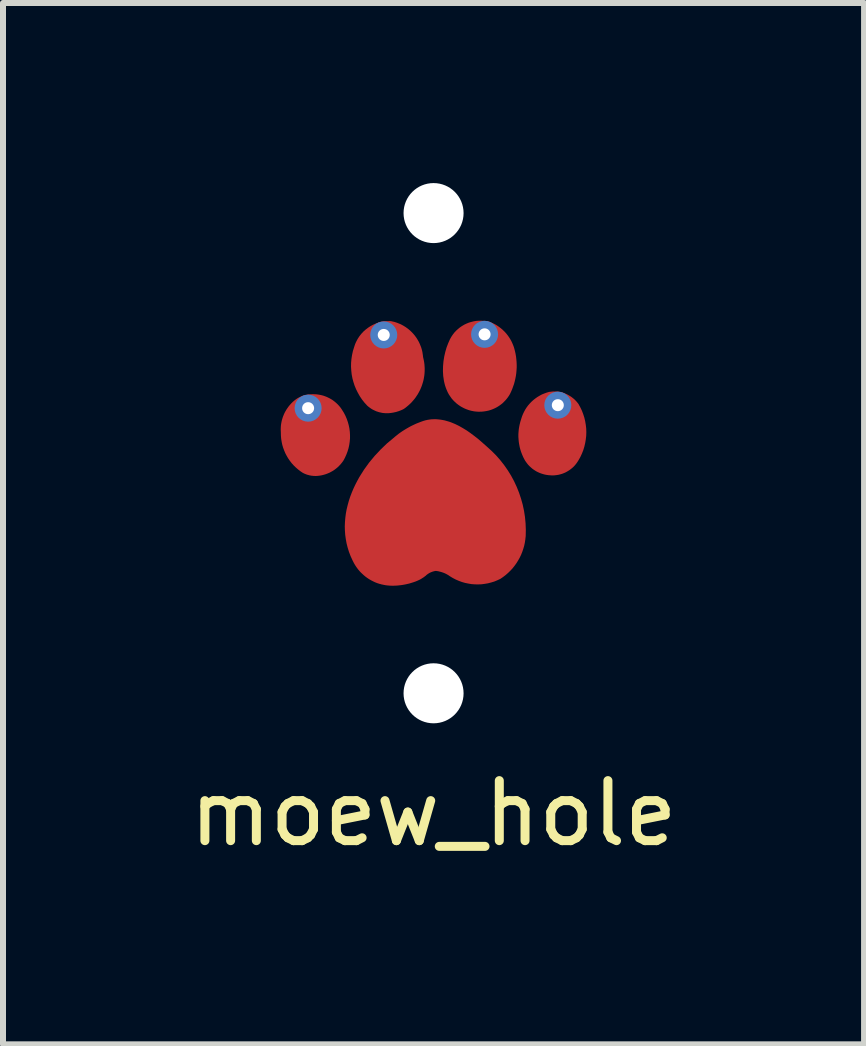
<source format=kicad_pcb>
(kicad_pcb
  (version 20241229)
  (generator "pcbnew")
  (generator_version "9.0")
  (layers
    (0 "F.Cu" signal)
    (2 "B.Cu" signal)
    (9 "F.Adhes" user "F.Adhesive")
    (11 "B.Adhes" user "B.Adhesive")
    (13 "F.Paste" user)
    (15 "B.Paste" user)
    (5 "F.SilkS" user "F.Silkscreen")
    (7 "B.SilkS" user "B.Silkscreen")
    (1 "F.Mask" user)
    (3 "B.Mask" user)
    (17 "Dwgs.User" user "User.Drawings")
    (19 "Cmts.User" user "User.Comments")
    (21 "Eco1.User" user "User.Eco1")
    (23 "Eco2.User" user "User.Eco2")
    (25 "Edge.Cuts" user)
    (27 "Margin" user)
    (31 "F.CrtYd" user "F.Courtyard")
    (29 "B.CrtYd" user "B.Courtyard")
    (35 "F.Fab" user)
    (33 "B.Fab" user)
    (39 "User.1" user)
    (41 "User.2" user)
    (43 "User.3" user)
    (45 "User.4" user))
  (footprint "moew_hole"
    (layer "F.Cu")
    (at 4.173 4.5)
    (property "Reference" "moew_hole" (at 0 6 0) (unlocked yes) (layer "F.SilkS") (effects (font (size 1 1) (thickness 0.15))))
    (attr smd)
    (fp_poly (pts (xy -1.283 -1.75) (xy -1.275 -1.774) (xy -1.267 -1.796) (xy -1.258 -1.818) (xy -1.248 -1.84) (xy -1.237 -1.861) (xy -1.225 -1.881) (xy -1.213 -1.901) (xy -1.2 -1.921) (xy -1.186 -1.939) (xy -1.171 -1.957) (xy -1.156 -1.975) (xy -1.139 -1.991) (xy -1.123 -2.007) (xy -1.105 -2.023) (xy -1.088 -2.037) (xy -1.069 -2.051) (xy -1.05 -2.064) (xy -1.03 -2.076) (xy -1.01 -2.088) (xy -0.99 -2.098) (xy -0.969 -2.108) (xy -0.947 -2.117) (xy -0.926 -2.125) (xy -0.904 -2.133) (xy -0.881 -2.139) (xy -0.858 -2.144) (xy -0.835 -2.149) (xy -0.812 -2.152) (xy -0.788 -2.155) (xy -0.764 -2.156) (xy -0.74 -2.157) (xy -0.716 -2.156) (xy -0.662 -2.148) (xy -0.611 -2.134) (xy -0.563 -2.115) (xy -0.518 -2.09) (xy -0.476 -2.062) (xy -0.436 -2.028) (xy -0.4 -1.991) (xy -0.367 -1.951) (xy -0.336 -1.907) (xy -0.309 -1.86) (xy -0.285 -1.81) (xy -0.264 -1.759) (xy -0.245 -1.705) (xy -0.23 -1.65) (xy -0.218 -1.594) (xy -0.21 -1.536) (xy -0.204 -1.479) (xy -0.202 -1.421) (xy -0.203 -1.363) (xy -0.207 -1.305) (xy -0.214 -1.249) (xy -0.225 -1.193) (xy -0.239 -1.139) (xy -0.256 -1.087) (xy -0.277 -1.037) (xy -0.301 -0.989) (xy -0.328 -0.945) (xy -0.359 -0.903) (xy -0.393 -0.865) (xy -0.431 -0.831) (xy -0.473 -0.801) (xy -0.517 -0.776) (xy -0.573 -0.751) (xy -0.627 -0.732) (xy -0.679 -0.719) (xy -0.73 -0.712) (xy -0.779 -0.709) (xy -0.826 -0.712) (xy -0.871 -0.719) (xy -0.915 -0.731) (xy -0.956 -0.748) (xy -0.996 -0.768) (xy -1.034 -0.792) (xy -1.069 -0.819) (xy -1.103 -0.85) (xy -1.134 -0.884) (xy -1.164 -0.921) (xy -1.191 -0.961) (xy -1.215 -1.002) (xy -1.238 -1.046) (xy -1.258 -1.092) (xy -1.276 -1.14) (xy -1.291 -1.189) (xy -1.304 -1.239) (xy -1.314 -1.29) (xy -1.321 -1.341) (xy -1.326 -1.393) (xy -1.328 -1.446) (xy -1.328 -1.498) (xy -1.325 -1.55) (xy -1.318 -1.601) (xy -1.309 -1.652) (xy -1.297 -1.702) (xy -1.283 -1.75)) (stroke (width 0) (type solid)) (fill yes) (layer "F.Mask"))
    (fp_poly (pts (xy 1.502 -0.555) (xy 1.514 -0.593) (xy 1.528 -0.631) (xy 1.545 -0.667) (xy 1.564 -0.701) (xy 1.585 -0.734) (xy 1.609 -0.766) (xy 1.634 -0.796) (xy 1.661 -0.824) (xy 1.69 -0.85) (xy 1.72 -0.875) (xy 1.752 -0.897) (xy 1.786 -0.918) (xy 1.821 -0.936) (xy 1.857 -0.952) (xy 1.895 -0.966) (xy 1.933 -0.977) (xy 1.965 -0.982) (xy 1.997 -0.984) (xy 2.029 -0.984) (xy 2.061 -0.981) (xy 2.092 -0.977) (xy 2.123 -0.97) (xy 2.153 -0.961) (xy 2.182 -0.95) (xy 2.211 -0.937) (xy 2.238 -0.922) (xy 2.265 -0.906) (xy 2.29 -0.887) (xy 2.314 -0.866) (xy 2.337 -0.844) (xy 2.358 -0.82) (xy 2.378 -0.794) (xy 2.402 -0.758) (xy 2.423 -0.718) (xy 2.442 -0.677) (xy 2.458 -0.634) (xy 2.471 -0.589) (xy 2.482 -0.542) (xy 2.491 -0.495) (xy 2.496 -0.446) (xy 2.499 -0.397) (xy 2.5 -0.348) (xy 2.498 -0.298) (xy 2.493 -0.249) (xy 2.486 -0.199) (xy 2.476 -0.151) (xy 2.464 -0.103) (xy 2.45 -0.057) (xy 2.432 -0.012) (xy 2.413 0.031) (xy 2.391 0.073) (xy 2.366 0.112) (xy 2.339 0.149) (xy 2.309 0.183) (xy 2.277 0.214) (xy 2.243 0.241) (xy 2.206 0.266) (xy 2.167 0.286) (xy 2.125 0.303) (xy 2.081 0.315) (xy 2.035 0.323) (xy 1.986 0.326) (xy 1.935 0.324) (xy 1.881 0.316) (xy 1.845 0.308) (xy 1.811 0.298) (xy 1.779 0.286) (xy 1.748 0.271) (xy 1.719 0.255) (xy 1.691 0.237) (xy 1.665 0.217) (xy 1.641 0.195) (xy 1.618 0.172) (xy 1.597 0.147) (xy 1.577 0.122) (xy 1.559 0.094) (xy 1.543 0.066) (xy 1.528 0.037) (xy 1.514 0.006) (xy 1.502 -0.025) (xy 1.492 -0.057) (xy 1.482 -0.089) (xy 1.475 -0.122) (xy 1.469 -0.156) (xy 1.464 -0.19) (xy 1.461 -0.224) (xy 1.459 -0.258) (xy 1.458 -0.292) (xy 1.459 -0.326) (xy 1.461 -0.36) (xy 1.464 -0.394) (xy 1.469 -0.427) (xy 1.475 -0.46) (xy 1.483 -0.492) (xy 1.492 -0.524) (xy 1.502 -0.555)) (stroke (width 0) (type solid)) (fill yes) (layer "F.Mask"))
    (fp_poly (pts (xy -2.156 0.29) (xy -2.191 0.27) (xy -2.225 0.246) (xy -2.257 0.22) (xy -2.288 0.192) (xy -2.316 0.161) (xy -2.343 0.128) (xy -2.368 0.093) (xy -2.39 0.056) (xy -2.411 0.017) (xy -2.43 -0.023) (xy -2.446 -0.064) (xy -2.461 -0.107) (xy -2.473 -0.15) (xy -2.483 -0.194) (xy -2.491 -0.238) (xy -2.496 -0.283) (xy -2.499 -0.328) (xy -2.5 -0.372) (xy -2.498 -0.417) (xy -2.494 -0.461) (xy -2.487 -0.504) (xy -2.478 -0.547) (xy -2.467 -0.588) (xy -2.452 -0.628) (xy -2.435 -0.667) (xy -2.415 -0.704) (xy -2.393 -0.739) (xy -2.368 -0.773) (xy -2.339 -0.804) (xy -2.309 -0.833) (xy -2.275 -0.859) (xy -2.238 -0.882) (xy -2.215 -0.893) (xy -2.192 -0.902) (xy -2.169 -0.911) (xy -2.146 -0.918) (xy -2.122 -0.924) (xy -2.099 -0.929) (xy -2.075 -0.933) (xy -2.051 -0.936) (xy -2.027 -0.938) (xy -2.004 -0.938) (xy -1.98 -0.938) (xy -1.956 -0.936) (xy -1.91 -0.93) (xy -1.864 -0.92) (xy -1.819 -0.905) (xy -1.775 -0.887) (xy -1.754 -0.876) (xy -1.734 -0.864) (xy -1.713 -0.852) (xy -1.694 -0.838) (xy -1.675 -0.824) (xy -1.656 -0.808) (xy -1.639 -0.792) (xy -1.621 -0.775) (xy -1.605 -0.757) (xy -1.589 -0.738) (xy -1.575 -0.718) (xy -1.56 -0.697) (xy -1.532 -0.651) (xy -1.508 -0.604) (xy -1.487 -0.555) (xy -1.47 -0.506) (xy -1.456 -0.455) (xy -1.446 -0.404) (xy -1.439 -0.353) (xy -1.436 -0.301) (xy -1.436 -0.249) (xy -1.44 -0.197) (xy -1.448 -0.146) (xy -1.459 -0.095) (xy -1.474 -0.044) (xy -1.493 0.005) (xy -1.515 0.054) (xy -1.54 0.101) (xy -1.55 0.115) (xy -1.56 0.129) (xy -1.571 0.143) (xy -1.582 0.156) (xy -1.593 0.169) (xy -1.605 0.181) (xy -1.617 0.193) (xy -1.63 0.205) (xy -1.643 0.216) (xy -1.657 0.226) (xy -1.67 0.237) (xy -1.684 0.246) (xy -1.699 0.256) (xy -1.714 0.264) (xy -1.729 0.273) (xy -1.744 0.281) (xy -1.768 0.293) (xy -1.793 0.304) (xy -1.818 0.313) (xy -1.844 0.321) (xy -1.87 0.327) (xy -1.896 0.331) (xy -1.922 0.334) (xy -1.949 0.336) (xy -1.975 0.335) (xy -2.002 0.334) (xy -2.028 0.33) (xy -2.054 0.325) (xy -2.08 0.319) (xy -2.106 0.311) (xy -2.131 0.301) (xy -2.156 0.29)) (stroke (width 0) (type solid)) (fill yes) (layer "F.Mask"))
    (fp_poly (pts (xy 1.006 -2.107) (xy 1.035 -2.089) (xy 1.063 -2.07) (xy 1.089 -2.05) (xy 1.115 -2.029) (xy 1.139 -2.006) (xy 1.162 -1.982) (xy 1.184 -1.957) (xy 1.204 -1.931) (xy 1.223 -1.904) (xy 1.24 -1.876) (xy 1.256 -1.847) (xy 1.271 -1.818) (xy 1.284 -1.787) (xy 1.295 -1.756) (xy 1.305 -1.724) (xy 1.313 -1.691) (xy 1.323 -1.648) (xy 1.33 -1.604) (xy 1.336 -1.56) (xy 1.34 -1.516) (xy 1.341 -1.472) (xy 1.341 -1.428) (xy 1.339 -1.385) (xy 1.335 -1.341) (xy 1.329 -1.297) (xy 1.321 -1.254) (xy 1.311 -1.211) (xy 1.299 -1.169) (xy 1.286 -1.127) (xy 1.27 -1.086) (xy 1.253 -1.045) (xy 1.233 -1.005) (xy 1.219 -0.982) (xy 1.204 -0.96) (xy 1.188 -0.939) (xy 1.171 -0.919) (xy 1.153 -0.9) (xy 1.135 -0.882) (xy 1.116 -0.865) (xy 1.096 -0.849) (xy 1.075 -0.833) (xy 1.054 -0.819) (xy 1.032 -0.806) (xy 1.01 -0.794) (xy 0.987 -0.783) (xy 0.963 -0.774) (xy 0.94 -0.765) (xy 0.916 -0.757) (xy 0.891 -0.751) (xy 0.867 -0.745) (xy 0.842 -0.741) (xy 0.817 -0.738) (xy 0.791 -0.736) (xy 0.766 -0.735) (xy 0.74 -0.736) (xy 0.715 -0.737) (xy 0.689 -0.74) (xy 0.664 -0.744) (xy 0.639 -0.749) (xy 0.613 -0.756) (xy 0.588 -0.764) (xy 0.563 -0.773) (xy 0.539 -0.783) (xy 0.515 -0.795) (xy 0.48 -0.814) (xy 0.447 -0.836) (xy 0.417 -0.859) (xy 0.388 -0.884) (xy 0.362 -0.911) (xy 0.339 -0.939) (xy 0.317 -0.969) (xy 0.297 -1) (xy 0.279 -1.032) (xy 0.264 -1.066) (xy 0.25 -1.1) (xy 0.238 -1.136) (xy 0.228 -1.172) (xy 0.219 -1.209) (xy 0.212 -1.247) (xy 0.207 -1.285) (xy 0.204 -1.324) (xy 0.202 -1.363) (xy 0.202 -1.441) (xy 0.209 -1.52) (xy 0.221 -1.597) (xy 0.237 -1.673) (xy 0.259 -1.746) (xy 0.284 -1.815) (xy 0.314 -1.881) (xy 0.323 -1.899) (xy 0.334 -1.916) (xy 0.344 -1.933) (xy 0.356 -1.949) (xy 0.368 -1.965) (xy 0.38 -1.98) (xy 0.393 -1.995) (xy 0.407 -2.009) (xy 0.421 -2.023) (xy 0.436 -2.036) (xy 0.451 -2.048) (xy 0.466 -2.06) (xy 0.482 -2.072) (xy 0.498 -2.082) (xy 0.515 -2.092) (xy 0.532 -2.102) (xy 0.549 -2.111) (xy 0.567 -2.119) (xy 0.585 -2.126) (xy 0.603 -2.133) (xy 0.621 -2.139) (xy 0.64 -2.145) (xy 0.659 -2.15) (xy 0.678 -2.154) (xy 0.698 -2.157) (xy 0.717 -2.16) (xy 0.737 -2.162) (xy 0.757 -2.163) (xy 0.776 -2.163) (xy 0.797 -2.163) (xy 0.817 -2.162) (xy 0.837 -2.16) (xy 0.848 -2.158) (xy 0.859 -2.157) (xy 0.87 -2.155) (xy 0.881 -2.153) (xy 0.892 -2.15) (xy 0.903 -2.147) (xy 0.913 -2.144) (xy 0.924 -2.141) (xy 0.935 -2.138) (xy 0.945 -2.134) (xy 0.956 -2.13) (xy 0.966 -2.126) (xy 0.976 -2.121) (xy 0.986 -2.117) (xy 0.996 -2.112) (xy 1.006 -2.107)) (stroke (width 0) (type solid)) (fill yes) (layer "F.Mask"))
    (fp_poly (pts (xy 0.036 1.917) (xy 0.03 1.917) (xy 0.019 1.918) (xy 0.008 1.92) (xy -0.003 1.921) (xy -0.013 1.924) (xy -0.023 1.927) (xy -0.033 1.93) (xy -0.043 1.934) (xy -0.053 1.938) (xy -0.072 1.948) (xy -0.09 1.958) (xy -0.108 1.97) (xy -0.126 1.983) (xy -0.196 2.034) (xy -0.214 2.046) (xy -0.233 2.058) (xy -0.252 2.068) (xy -0.261 2.073) (xy -0.271 2.077) (xy -0.31 2.094) (xy -0.35 2.109) (xy -0.39 2.122) (xy -0.431 2.134) (xy -0.472 2.143) (xy -0.513 2.151) (xy -0.554 2.156) (xy -0.596 2.16) (xy -0.638 2.162) (xy -0.68 2.162) (xy -0.722 2.16) (xy -0.764 2.156) (xy -0.806 2.15) (xy -0.847 2.142) (xy -0.888 2.132) (xy -0.929 2.121) (xy -0.961 2.108) (xy -0.991 2.094) (xy -1.021 2.078) (xy -1.049 2.061) (xy -1.077 2.043) (xy -1.104 2.023) (xy -1.13 2.003) (xy -1.155 1.981) (xy -1.178 1.957) (xy -1.201 1.933) (xy -1.222 1.908) (xy -1.243 1.881) (xy -1.261 1.854) (xy -1.279 1.825) (xy -1.295 1.796) (xy -1.31 1.766) (xy -1.341 1.698) (xy -1.367 1.63) (xy -1.389 1.561) (xy -1.406 1.492) (xy -1.42 1.423) (xy -1.429 1.354) (xy -1.434 1.284) (xy -1.435 1.215) (xy -1.433 1.146) (xy -1.427 1.078) (xy -1.418 1.009) (xy -1.406 0.941) (xy -1.39 0.873) (xy -1.371 0.806) (xy -1.324 0.674) (xy -1.267 0.545) (xy -1.2 0.42) (xy -1.124 0.299) (xy -1.04 0.183) (xy -0.948 0.073) (xy -0.851 -0.03) (xy -0.749 -0.127) (xy -0.643 -0.217) (xy -0.615 -0.241) (xy -0.586 -0.264) (xy -0.556 -0.287) (xy -0.526 -0.309) (xy -0.495 -0.33) (xy -0.464 -0.35) (xy -0.433 -0.369) (xy -0.4 -0.388) (xy -0.368 -0.406) (xy -0.335 -0.422) (xy -0.301 -0.438) (xy -0.267 -0.453) (xy -0.233 -0.468) (xy -0.198 -0.481) (xy -0.163 -0.493) (xy -0.128 -0.505) (xy -0.094 -0.512) (xy -0.059 -0.518) (xy -0.025 -0.521) (xy 0.009 -0.522) (xy 0.043 -0.521) (xy 0.077 -0.519) (xy 0.111 -0.515) (xy 0.145 -0.509) (xy 0.178 -0.501) (xy 0.212 -0.492) (xy 0.278 -0.47) (xy 0.344 -0.443) (xy 0.408 -0.411) (xy 0.471 -0.376) (xy 0.532 -0.337) (xy 0.592 -0.296) (xy 0.65 -0.253) (xy 0.706 -0.209) (xy 0.759 -0.165) (xy 0.859 -0.076) (xy 0.936 -0.006) (xy 1.008 0.067) (xy 1.076 0.145) (xy 1.139 0.225) (xy 1.197 0.309) (xy 1.25 0.396) (xy 1.299 0.485) (xy 1.342 0.578) (xy 1.38 0.672) (xy 1.412 0.768) (xy 1.44 0.866) (xy 1.461 0.966) (xy 1.477 1.067) (xy 1.488 1.17) (xy 1.492 1.273) (xy 1.491 1.377) (xy 1.486 1.428) (xy 1.478 1.479) (xy 1.467 1.529) (xy 1.454 1.578) (xy 1.438 1.626) (xy 1.419 1.673) (xy 1.397 1.719) (xy 1.373 1.763) (xy 1.346 1.806) (xy 1.317 1.847) (xy 1.285 1.886) (xy 1.251 1.924) (xy 1.215 1.96) (xy 1.176 1.994) (xy 1.136 2.025) (xy 1.093 2.054) (xy 1.045 2.077) (xy 0.996 2.096) (xy 0.946 2.112) (xy 0.895 2.125) (xy 0.843 2.134) (xy 0.792 2.14) (xy 0.74 2.142) (xy 0.688 2.141) (xy 0.636 2.136) (xy 0.585 2.129) (xy 0.534 2.117) (xy 0.484 2.103) (xy 0.435 2.085) (xy 0.387 2.064) (xy 0.34 2.04) (xy 0.294 2.012) (xy 0.28 2.002) (xy 0.265 1.993) (xy 0.25 1.984) (xy 0.235 1.976) (xy 0.219 1.968) (xy 0.204 1.96) (xy 0.188 1.954) (xy 0.171 1.947) (xy 0.155 1.942) (xy 0.138 1.937) (xy 0.122 1.932) (xy 0.105 1.928) (xy 0.088 1.924) (xy 0.071 1.922) (xy 0.053 1.919) (xy 0.036 1.917)) (stroke (width 0) (type solid)) (fill yes) (layer "F.Mask"))
    (pad "" np_thru_hole circle (at 0 -4) (size 1 1) (drill 1) (layers "*.Cu"))
    (pad "" np_thru_hole circle (at 0 4) (size 1 1) (drill 1) (layers "*.Cu"))
    (pad "1" smd custom (at 0 1) (size 1 1) (layers "F.Cu") (options (anchor circle)) (primitives (gr_poly (pts (xy -0.138 -1.547) (xy -0.175 -1.536) (xy -0.211 -1.523) (xy -0.247 -1.509) (xy -0.283 -1.495) (xy -0.318 -1.479) (xy -0.352 -1.463) (xy -0.386 -1.446) (xy -0.42 -1.427) (xy -0.453 -1.408) (xy -0.486 -1.388) (xy -0.518 -1.368) (xy -0.55 -1.346) (xy -0.581 -1.324) (xy -0.611 -1.3) (xy -0.641 -1.276) (xy -0.67 -1.251) (xy -0.778 -1.161) (xy -0.881 -1.062) (xy -0.98 -0.956) (xy -1.073 -0.844) (xy -1.159 -0.725) (xy -1.237 -0.601) (xy -1.272 -0.537) (xy -1.305 -0.473) (xy -1.336 -0.407) (xy -1.364 -0.34) (xy -1.39 -0.272) (xy -1.412 -0.204) (xy -1.431 -0.135) (xy -1.448 -0.065) (xy -1.461 0.005) (xy -1.47 0.076) (xy -1.476 0.147) (xy -1.479 0.218) (xy -1.477 0.289) (xy -1.472 0.36) (xy -1.462 0.432) (xy -1.449 0.503) (xy -1.431 0.574) (xy -1.409 0.645) (xy -1.382 0.715) (xy -1.35 0.785) (xy -1.334 0.817) (xy -1.317 0.848) (xy -1.298 0.879) (xy -1.278 0.908) (xy -1.257 0.936) (xy -1.234 0.963) (xy -1.21 0.989) (xy -1.184 1.013) (xy -1.158 1.037) (xy -1.131 1.059) (xy -1.102 1.08) (xy -1.073 1.099) (xy -1.042 1.117) (xy -1.011 1.133) (xy -0.978 1.149) (xy -0.945 1.162) (xy -0.929 1.168) (xy -0.912 1.173) (xy -0.896 1.178) (xy -0.879 1.182) (xy -0.863 1.187) (xy -0.846 1.19) (xy -0.829 1.194) (xy -0.812 1.197) (xy -0.795 1.2) (xy -0.778 1.202) (xy -0.761 1.204) (xy -0.744 1.205) (xy -0.727 1.207) (xy -0.709 1.207) (xy -0.692 1.208) (xy -0.675 1.208) (xy -0.648 1.207) (xy -0.621 1.206) (xy -0.594 1.204) (xy -0.567 1.201) (xy -0.54 1.198) (xy -0.513 1.194) (xy -0.486 1.189) (xy -0.46 1.184) (xy -0.434 1.178) (xy -0.407 1.172) (xy -0.381 1.164) (xy -0.355 1.156) (xy -0.33 1.148) (xy -0.304 1.139) (xy -0.279 1.129) (xy -0.254 1.118) (xy -0.237 1.11) (xy -0.221 1.102) (xy -0.205 1.093) (xy -0.19 1.083) (xy -0.174 1.073) (xy -0.159 1.063) (xy -0.145 1.052) (xy -0.13 1.041) (xy -0.122 1.033) (xy -0.113 1.025) (xy -0.103 1.018) (xy -0.094 1.011) (xy -0.084 1.005) (xy -0.074 0.999) (xy -0.064 0.993) (xy -0.053 0.988) (xy -0.042 0.983) (xy -0.032 0.979) (xy -0.021 0.975) (xy -0.009 0.971) (xy 0.002 0.968) (xy 0.013 0.965) (xy 0.025 0.963) (xy 0.037 0.961) (xy 0.053 0.963) (xy 0.068 0.965) (xy 0.084 0.968) (xy 0.099 0.972) (xy 0.115 0.976) (xy 0.13 0.98) (xy 0.145 0.985) (xy 0.16 0.99) (xy 0.175 0.996) (xy 0.19 1.002) (xy 0.204 1.009) (xy 0.218 1.016) (xy 0.232 1.024) (xy 0.246 1.032) (xy 0.259 1.041) (xy 0.272 1.05) (xy 0.32 1.079) (xy 0.37 1.105) (xy 0.421 1.127) (xy 0.473 1.146) (xy 0.525 1.161) (xy 0.579 1.172) (xy 0.633 1.181) (xy 0.687 1.185) (xy 0.742 1.186) (xy 0.797 1.184) (xy 0.851 1.177) (xy 0.905 1.168) (xy 0.959 1.154) (xy 1.012 1.138) (xy 1.063 1.117) (xy 1.114 1.093) (xy 1.159 1.062) (xy 1.202 1.029) (xy 1.242 0.994) (xy 1.281 0.956) (xy 1.317 0.917) (xy 1.35 0.875) (xy 1.381 0.832) (xy 1.409 0.787) (xy 1.435 0.741) (xy 1.458 0.693) (xy 1.478 0.643) (xy 1.495 0.593) (xy 1.51 0.541) (xy 1.521 0.489) (xy 1.529 0.435) (xy 1.535 0.381) (xy 1.537 0.275) (xy 1.533 0.169) (xy 1.523 0.064) (xy 1.507 -0.04) (xy 1.485 -0.143) (xy 1.457 -0.243) (xy 1.424 -0.342) (xy 1.385 -0.439) (xy 1.341 -0.534) (xy 1.292 -0.625) (xy 1.237 -0.714) (xy 1.177 -0.8) (xy 1.112 -0.883) (xy 1.043 -0.962) (xy 0.968 -1.037) (xy 0.889 -1.109) (xy 0.787 -1.199) (xy 0.733 -1.245) (xy 0.675 -1.29) (xy 0.616 -1.334) (xy 0.555 -1.377) (xy 0.491 -1.416) (xy 0.426 -1.453) (xy 0.359 -1.486) (xy 0.291 -1.514) (xy 0.256 -1.526) (xy 0.221 -1.536) (xy 0.186 -1.546) (xy 0.151 -1.553) (xy 0.115 -1.559) (xy 0.079 -1.563) (xy 0.043 -1.566) (xy 0.007 -1.566) (xy -0.029 -1.565) (xy -0.065 -1.561) (xy -0.102 -1.555) (xy -0.138 -1.547)) (width 0) (fill yes))))
    (pad "2" thru_hole circle (at -2.09 -0.75) (size 0.45 0.45) (drill 0.2) (layers "*.Cu"))
    (pad "2" smd custom (at -1.97 -0.3) (size 1 1) (layers "F.Cu") (options (anchor circle)) (primitives (gr_poly (pts (xy 0.446 -0.421) (xy 0.431 -0.444) (xy 0.415 -0.466) (xy 0.398 -0.486) (xy 0.38 -0.506) (xy 0.361 -0.525) (xy 0.342 -0.542) (xy 0.322 -0.559) (xy 0.301 -0.575) (xy 0.28 -0.59) (xy 0.258 -0.603) (xy 0.235 -0.616) (xy 0.212 -0.627) (xy 0.189 -0.638) (xy 0.165 -0.647) (xy 0.141 -0.656) (xy 0.116 -0.663) (xy 0.091 -0.669) (xy 0.066 -0.674) (xy 0.041 -0.678) (xy 0.016 -0.681) (xy -0.01 -0.682) (xy -0.036 -0.683) (xy -0.062 -0.682) (xy -0.087 -0.68) (xy -0.113 -0.677) (xy -0.139 -0.672) (xy -0.165 -0.667) (xy -0.19 -0.66) (xy -0.216 -0.652) (xy -0.241 -0.643) (xy -0.265 -0.632) (xy -0.29 -0.62) (xy -0.308 -0.608) (xy -0.325 -0.596) (xy -0.342 -0.583) (xy -0.359 -0.569) (xy -0.375 -0.555) (xy -0.39 -0.54) (xy -0.405 -0.525) (xy -0.419 -0.509) (xy -0.433 -0.493) (xy -0.446 -0.477) (xy -0.458 -0.46) (xy -0.47 -0.443) (xy -0.482 -0.425) (xy -0.492 -0.407) (xy -0.503 -0.389) (xy -0.512 -0.371) (xy -0.521 -0.352) (xy -0.529 -0.332) (xy -0.537 -0.313) (xy -0.544 -0.293) (xy -0.55 -0.273) (xy -0.556 -0.253) (xy -0.561 -0.233) (xy -0.565 -0.212) (xy -0.569 -0.191) (xy -0.572 -0.17) (xy -0.574 -0.149) (xy -0.575 -0.128) (xy -0.576 -0.107) (xy -0.576 -0.085) (xy -0.575 -0.064) (xy -0.574 -0.042) (xy -0.573 0.009) (xy -0.569 0.059) (xy -0.561 0.109) (xy -0.551 0.158) (xy -0.537 0.206) (xy -0.52 0.252) (xy -0.501 0.298) (xy -0.478 0.342) (xy -0.453 0.385) (xy -0.425 0.426) (xy -0.395 0.465) (xy -0.362 0.502) (xy -0.326 0.537) (xy -0.288 0.57) (xy -0.248 0.601) (xy -0.206 0.629) (xy -0.193 0.635) (xy -0.181 0.641) (xy -0.169 0.646) (xy -0.156 0.651) (xy -0.143 0.656) (xy -0.13 0.66) (xy -0.117 0.663) (xy -0.104 0.667) (xy -0.091 0.67) (xy -0.078 0.672) (xy -0.064 0.675) (xy -0.051 0.676) (xy -0.037 0.678) (xy -0.024 0.679) (xy -0.01 0.679) (xy 0.004 0.68) (xy 0.038 0.678) (xy 0.073 0.674) (xy 0.107 0.668) (xy 0.14 0.66) (xy 0.173 0.65) (xy 0.205 0.638) (xy 0.236 0.625) (xy 0.266 0.609) (xy 0.296 0.592) (xy 0.324 0.573) (xy 0.351 0.552) (xy 0.377 0.53) (xy 0.401 0.506) (xy 0.425 0.48) (xy 0.446 0.454) (xy 0.467 0.425) (xy 0.494 0.375) (xy 0.517 0.324) (xy 0.537 0.271) (xy 0.553 0.218) (xy 0.565 0.164) (xy 0.573 0.109) (xy 0.578 0.054) (xy 0.578 -0.001) (xy 0.575 -0.056) (xy 0.568 -0.111) (xy 0.557 -0.165) (xy 0.542 -0.219) (xy 0.524 -0.271) (xy 0.502 -0.323) (xy 0.476 -0.373) (xy 0.446 -0.421)) (width 0) (fill yes))))
    (pad "3" thru_hole circle (at -0.83 -1.97) (size 0.45 0.45) (drill 0.2) (layers "*.Cu"))
    (pad "3" smd custom (at -0.75 -1.45) (size 1 1) (layers "F.Cu") (options (anchor circle)) (primitives (gr_poly (pts (xy -0.027 0.784) (xy -0.009 0.784) (xy 0.009 0.783) (xy 0.027 0.781) (xy 0.045 0.779) (xy 0.063 0.776) (xy 0.081 0.773) (xy 0.099 0.769) (xy 0.117 0.765) (xy 0.134 0.761) (xy 0.151 0.755) (xy 0.169 0.75) (xy 0.186 0.743) (xy 0.203 0.737) (xy 0.219 0.73) (xy 0.236 0.722) (xy 0.252 0.714) (xy 0.278 0.696) (xy 0.303 0.676) (xy 0.327 0.656) (xy 0.35 0.635) (xy 0.373 0.614) (xy 0.394 0.591) (xy 0.414 0.568) (xy 0.434 0.544) (xy 0.452 0.52) (xy 0.469 0.494) (xy 0.486 0.469) (xy 0.501 0.442) (xy 0.515 0.416) (xy 0.529 0.388) (xy 0.541 0.36) (xy 0.552 0.332) (xy 0.562 0.303) (xy 0.571 0.274) (xy 0.579 0.245) (xy 0.586 0.215) (xy 0.591 0.185) (xy 0.596 0.155) (xy 0.599 0.125) (xy 0.601 0.094) (xy 0.602 0.064) (xy 0.602 0.033) (xy 0.6 0.002) (xy 0.598 -0.029) (xy 0.594 -0.06) (xy 0.589 -0.091) (xy 0.582 -0.122) (xy 0.575 -0.153) (xy 0.572 -0.181) (xy 0.568 -0.208) (xy 0.564 -0.235) (xy 0.558 -0.262) (xy 0.551 -0.288) (xy 0.543 -0.314) (xy 0.533 -0.339) (xy 0.523 -0.364) (xy 0.512 -0.389) (xy 0.5 -0.413) (xy 0.473 -0.459) (xy 0.443 -0.502) (xy 0.409 -0.543) (xy 0.372 -0.581) (xy 0.332 -0.616) (xy 0.289 -0.648) (xy 0.267 -0.662) (xy 0.244 -0.676) (xy 0.22 -0.689) (xy 0.196 -0.701) (xy 0.171 -0.711) (xy 0.146 -0.721) (xy 0.12 -0.73) (xy 0.093 -0.738) (xy 0.066 -0.744) (xy 0.039 -0.75) (xy 0.013 -0.751) (xy -0.013 -0.75) (xy -0.039 -0.749) (xy -0.065 -0.747) (xy -0.09 -0.743) (xy -0.115 -0.738) (xy -0.164 -0.726) (xy -0.212 -0.71) (xy -0.258 -0.69) (xy -0.302 -0.666) (xy -0.343 -0.639) (xy -0.383 -0.608) (xy -0.42 -0.575) (xy -0.454 -0.538) (xy -0.485 -0.499) (xy -0.513 -0.456) (xy -0.525 -0.434) (xy -0.537 -0.411) (xy -0.548 -0.388) (xy -0.558 -0.364) (xy -0.566 -0.34) (xy -0.574 -0.315) (xy -0.594 -0.251) (xy -0.608 -0.186) (xy -0.618 -0.121) (xy -0.624 -0.056) (xy -0.625 0.009) (xy -0.621 0.074) (xy -0.614 0.138) (xy -0.602 0.202) (xy -0.585 0.265) (xy -0.565 0.326) (xy -0.54 0.386) (xy -0.511 0.444) (xy -0.479 0.501) (xy -0.442 0.556) (xy -0.401 0.608) (xy -0.356 0.657) (xy -0.339 0.672) (xy -0.321 0.686) (xy -0.303 0.699) (xy -0.284 0.712) (xy -0.265 0.723) (xy -0.245 0.733) (xy -0.224 0.743) (xy -0.204 0.752) (xy -0.182 0.759) (xy -0.161 0.766) (xy -0.139 0.771) (xy -0.117 0.776) (xy -0.095 0.78) (xy -0.073 0.782) (xy -0.05 0.784) (xy -0.027 0.784) (xy -0.027 0.784)) (width 0) (fill yes))))
    (pad "4" smd custom (at 0.77 -1.45) (size 1 1) (layers "F.Cu") (options (anchor circle)) (primitives (gr_poly (pts (xy -0.276 0.694) (xy -0.26 0.702) (xy -0.244 0.709) (xy -0.228 0.716) (xy -0.211 0.722) (xy -0.195 0.728) (xy -0.178 0.734) (xy -0.161 0.738) (xy -0.145 0.743) (xy -0.128 0.746) (xy -0.11 0.75) (xy -0.093 0.753) (xy -0.076 0.755) (xy -0.058 0.757) (xy -0.041 0.758) (xy -0.023 0.759) (xy -0.006 0.759) (xy 0.033 0.758) (xy 0.072 0.754) (xy 0.11 0.748) (xy 0.147 0.74) (xy 0.184 0.729) (xy 0.22 0.715) (xy 0.254 0.7) (xy 0.288 0.682) (xy 0.32 0.662) (xy 0.351 0.64) (xy 0.381 0.616) (xy 0.408 0.589) (xy 0.435 0.561) (xy 0.459 0.531) (xy 0.481 0.5) (xy 0.502 0.466) (xy 0.522 0.424) (xy 0.54 0.382) (xy 0.556 0.338) (xy 0.571 0.295) (xy 0.583 0.25) (xy 0.593 0.206) (xy 0.602 0.16) (xy 0.608 0.115) (xy 0.612 0.069) (xy 0.615 0.023) (xy 0.615 -0.022) (xy 0.613 -0.068) (xy 0.609 -0.114) (xy 0.604 -0.16) (xy 0.596 -0.206) (xy 0.586 -0.251) (xy 0.577 -0.286) (xy 0.567 -0.32) (xy 0.554 -0.354) (xy 0.54 -0.387) (xy 0.525 -0.419) (xy 0.508 -0.449) (xy 0.489 -0.479) (xy 0.469 -0.508) (xy 0.447 -0.536) (xy 0.424 -0.563) (xy 0.399 -0.588) (xy 0.373 -0.613) (xy 0.346 -0.635) (xy 0.317 -0.657) (xy 0.288 -0.677) (xy 0.257 -0.696) (xy 0.257 -0.696) (xy 0.246 -0.701) (xy 0.235 -0.707) (xy 0.224 -0.712) (xy 0.213 -0.717) (xy 0.202 -0.721) (xy 0.19 -0.725) (xy 0.179 -0.729) (xy 0.167 -0.733) (xy 0.156 -0.737) (xy 0.144 -0.74) (xy 0.132 -0.743) (xy 0.12 -0.746) (xy 0.108 -0.748) (xy 0.096 -0.75) (xy 0.084 -0.752) (xy 0.072 -0.754) (xy 0.029 -0.757) (xy -0.015 -0.757) (xy -0.058 -0.754) (xy -0.1 -0.747) (xy -0.141 -0.737) (xy -0.182 -0.725) (xy -0.221 -0.709) (xy -0.259 -0.691) (xy -0.296 -0.669) (xy -0.33 -0.646) (xy -0.363 -0.619) (xy -0.395 -0.59) (xy -0.424 -0.559) (xy -0.45 -0.525) (xy -0.474 -0.489) (xy -0.496 -0.45) (xy -0.525 -0.385) (xy -0.552 -0.315) (xy -0.574 -0.24) (xy -0.592 -0.162) (xy -0.605 -0.081) (xy -0.612 0.001) (xy -0.614 0.083) (xy -0.609 0.165) (xy -0.597 0.246) (xy -0.588 0.286) (xy -0.578 0.324) (xy -0.565 0.362) (xy -0.55 0.4) (xy -0.534 0.436) (xy -0.515 0.471) (xy -0.493 0.504) (xy -0.47 0.537) (xy -0.444 0.567) (xy -0.415 0.596) (xy -0.384 0.624) (xy -0.351 0.649) (xy -0.315 0.673) (xy -0.276 0.694)) (width 0) (fill yes))))
    (pad "4" thru_hole circle (at 0.85 -1.98) (size 0.45 0.45) (drill 0.2) (layers "*.Cu"))
    (pad "5" smd custom (at 1.98 -0.33) (size 1 1) (layers "F.Cu") (options (anchor circle)) (primitives (gr_poly (pts (xy 0.434 -0.49) (xy 0.423 -0.504) (xy 0.412 -0.518) (xy 0.4 -0.532) (xy 0.389 -0.544) (xy 0.376 -0.557) (xy 0.364 -0.569) (xy 0.351 -0.58) (xy 0.337 -0.591) (xy 0.323 -0.602) (xy 0.309 -0.612) (xy 0.28 -0.63) (xy 0.25 -0.647) (xy 0.218 -0.661) (xy 0.186 -0.673) (xy 0.153 -0.682) (xy 0.12 -0.69) (xy 0.103 -0.693) (xy 0.085 -0.695) (xy 0.068 -0.696) (xy 0.051 -0.697) (xy 0.033 -0.698) (xy 0.016 -0.698) (xy -0.002 -0.697) (xy -0.019 -0.695) (xy -0.037 -0.693) (xy -0.055 -0.691) (xy -0.096 -0.679) (xy -0.137 -0.664) (xy -0.176 -0.648) (xy -0.213 -0.628) (xy -0.25 -0.606) (xy -0.284 -0.582) (xy -0.317 -0.556) (xy -0.348 -0.528) (xy -0.377 -0.498) (xy -0.405 -0.466) (xy -0.43 -0.432) (xy -0.453 -0.396) (xy -0.473 -0.359) (xy -0.491 -0.321) (xy -0.507 -0.281) (xy -0.52 -0.24) (xy -0.533 -0.198) (xy -0.544 -0.156) (xy -0.553 -0.113) (xy -0.56 -0.071) (xy -0.564 -0.028) (xy -0.567 0.015) (xy -0.567 0.058) (xy -0.564 0.101) (xy -0.56 0.144) (xy -0.553 0.186) (xy -0.545 0.228) (xy -0.534 0.27) (xy -0.521 0.311) (xy -0.505 0.352) (xy -0.488 0.392) (xy -0.468 0.431) (xy -0.454 0.456) (xy -0.437 0.48) (xy -0.42 0.503) (xy -0.402 0.525) (xy -0.382 0.546) (xy -0.361 0.565) (xy -0.34 0.584) (xy -0.317 0.601) (xy -0.293 0.617) (xy -0.269 0.632) (xy -0.243 0.645) (xy -0.217 0.657) (xy -0.191 0.667) (xy -0.163 0.676) (xy -0.135 0.684) (xy -0.107 0.69) (xy -0.094 0.692) (xy -0.08 0.694) (xy -0.067 0.696) (xy -0.053 0.697) (xy -0.04 0.698) (xy -0.026 0.699) (xy -0.012 0.7) (xy 0.001 0.7) (xy 0.035 0.699) (xy 0.067 0.695) (xy 0.1 0.69) (xy 0.132 0.682) (xy 0.163 0.673) (xy 0.193 0.661) (xy 0.223 0.648) (xy 0.251 0.632) (xy 0.279 0.615) (xy 0.305 0.596) (xy 0.33 0.576) (xy 0.354 0.554) (xy 0.376 0.53) (xy 0.397 0.504) (xy 0.416 0.477) (xy 0.434 0.449) (xy 0.465 0.394) (xy 0.491 0.338) (xy 0.514 0.28) (xy 0.532 0.221) (xy 0.546 0.161) (xy 0.556 0.101) (xy 0.563 0.04) (xy 0.565 -0.021) (xy 0.563 -0.081) (xy 0.556 -0.142) (xy 0.546 -0.202) (xy 0.532 -0.262) (xy 0.513 -0.321) (xy 0.491 -0.379) (xy 0.464 -0.435) (xy 0.434 -0.49)) (width 0) (fill yes))))
    (pad "5" thru_hole circle (at 2.07 -0.8) (size 0.45 0.45) (drill 0.2) (layers "*.Cu")))
  (gr_rect
    (start -3 -3)
    (end 11.345 14.348)
    (stroke (width 0.1) (type default))
    (fill no)
    (layer "Edge.Cuts")))
</source>
